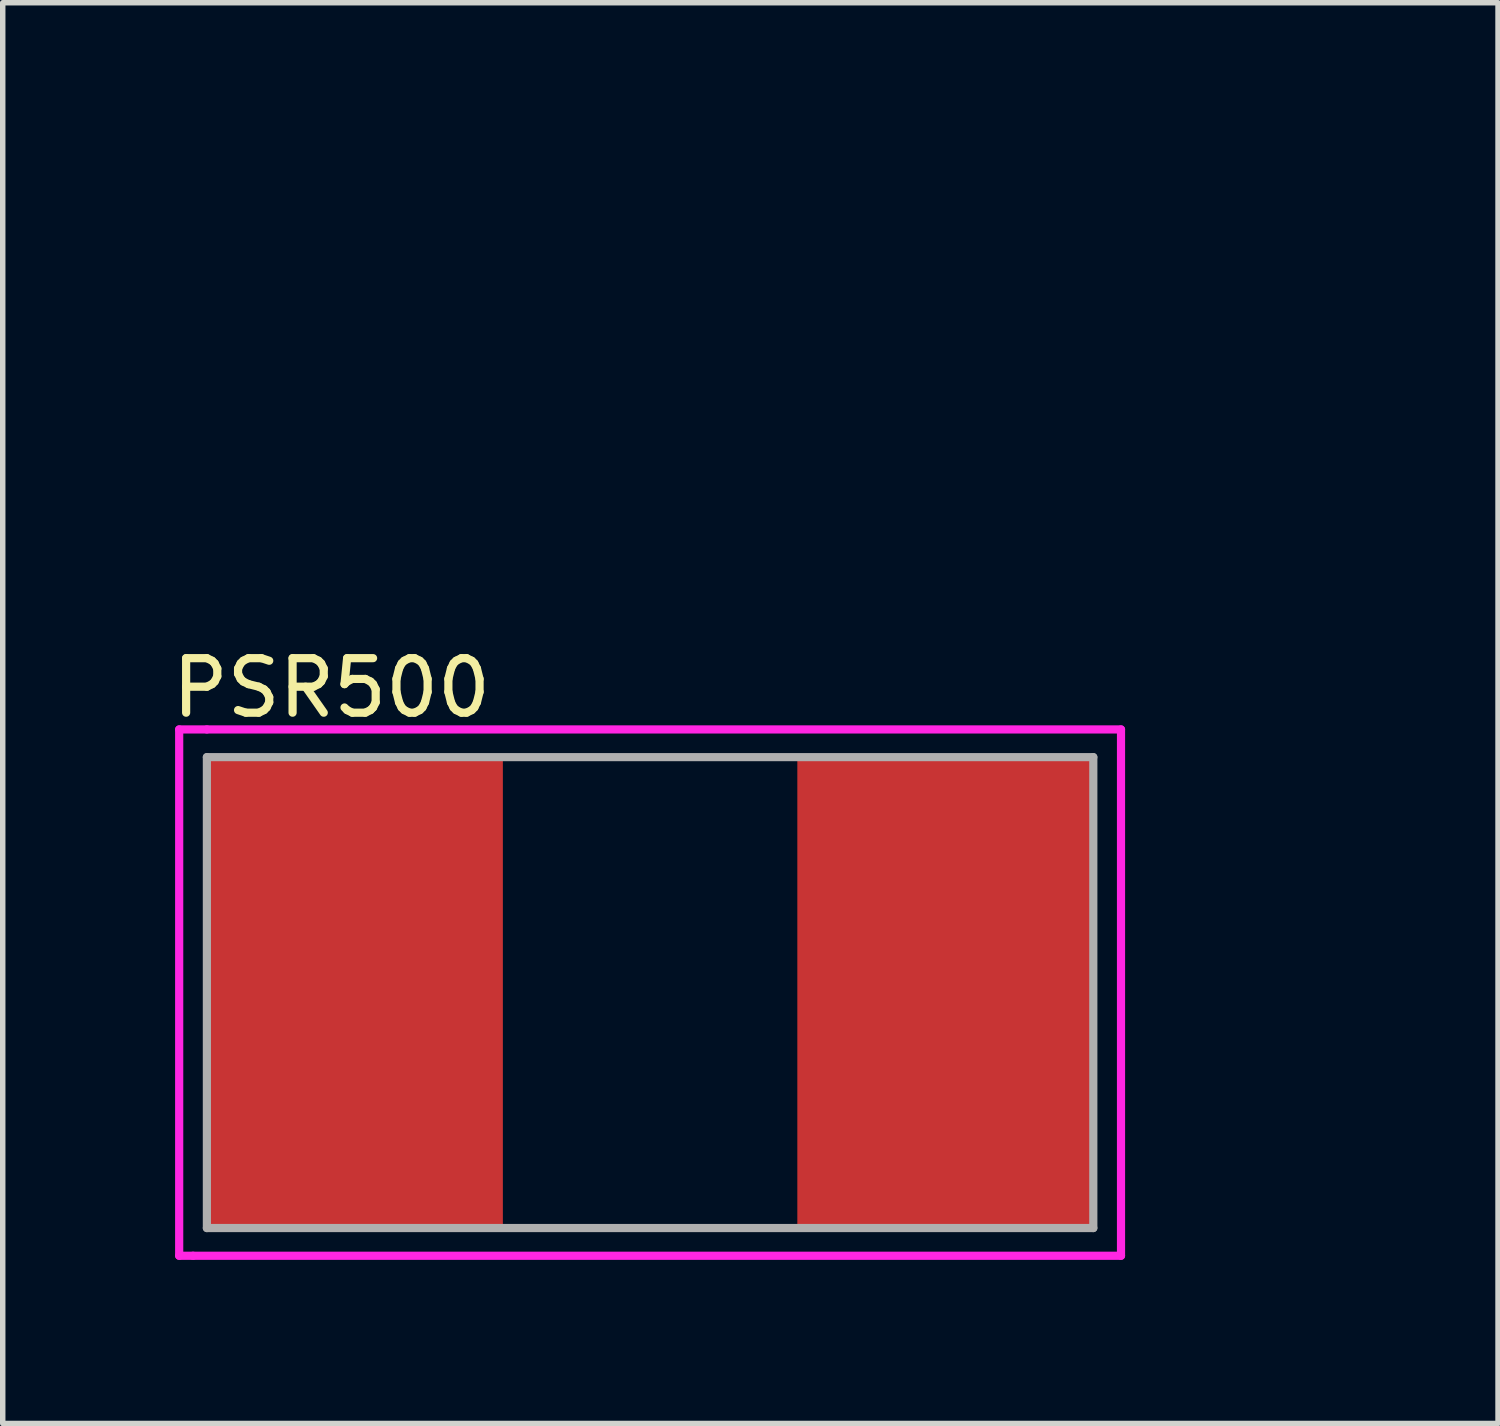
<source format=kicad_pcb>
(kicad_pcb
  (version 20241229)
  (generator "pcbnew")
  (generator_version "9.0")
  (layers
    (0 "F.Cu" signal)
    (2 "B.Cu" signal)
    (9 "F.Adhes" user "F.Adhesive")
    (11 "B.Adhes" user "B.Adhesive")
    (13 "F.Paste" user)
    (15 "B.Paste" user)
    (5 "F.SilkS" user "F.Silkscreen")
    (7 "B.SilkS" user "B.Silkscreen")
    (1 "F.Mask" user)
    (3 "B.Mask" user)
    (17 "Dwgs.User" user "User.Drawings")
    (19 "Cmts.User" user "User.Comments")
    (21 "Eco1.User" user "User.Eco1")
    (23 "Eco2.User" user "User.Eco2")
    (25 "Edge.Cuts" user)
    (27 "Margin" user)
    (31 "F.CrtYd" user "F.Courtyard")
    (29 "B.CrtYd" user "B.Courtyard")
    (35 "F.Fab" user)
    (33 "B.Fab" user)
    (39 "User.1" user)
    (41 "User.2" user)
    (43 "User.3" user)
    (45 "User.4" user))
  (footprint "PSR500"
    (layer "F.Cu")
    (at 8.872 15.128)
    (property "Reference" "PSR500" (at -5.842 -5.563 0) (layer "F.SilkS") (effects (font (size 1 1) (thickness 0.15))))
    (attr through_hole)
    (fp_line (start -0.381 -9.055) (end -0.318 -9.055) (stroke (width 0.15) (type solid)) (layer "F.Paste"))
    (fp_line (start -0.381 1) (end 10.668 -8.928) (stroke (width 0.15) (type solid)) (layer "F.Paste"))
    (fp_line (start 1.587 -10.262) (end 1.968 -9.817) (stroke (width 0.15) (type solid)) (layer "F.Paste"))
    (fp_line (start 1.778 -9.69) (end 7.303 -9.563) (stroke (width 0.15) (type solid)) (layer "F.Paste"))
    (fp_line (start 1.905 -9.563) (end 1.587 -10.262) (stroke (width 0.15) (type solid)) (layer "F.Paste"))
    (fp_line (start 1.968 -9.817) (end 2.286 -9.69) (stroke (width 0.15) (type solid)) (layer "F.Paste"))
    (fp_line (start 2.286 -9.69) (end 1.778 -9.69) (stroke (width 0.15) (type solid)) (layer "F.Paste"))
    (fp_line (start 7.303 -9.563) (end 7.366 -9.563) (stroke (width 0.15) (type solid)) (layer "F.Paste"))
    (fp_line (start 10.668 -8.928) (end 8.445 -2.642) (stroke (width 0.15) (type solid)) (layer "F.Paste"))
    (fp_circle (center 9.97 -12.548) (end 12.446 -12.929) (stroke (width 0.15) (type solid)) (fill no) (layer "F.Paste"))
    (fp_line (start -8.636 -4.801) (end -8.128 -4.801) (stroke (width 0.15) (type solid)) (layer "F.CrtYd"))
    (fp_line (start -8.636 4.851) (end -8.636 -4.801) (stroke (width 0.15) (type solid)) (layer "F.CrtYd"))
    (fp_line (start -8.382 4.851) (end -8.636 4.851) (stroke (width 0.15) (type solid)) (layer "F.CrtYd"))
    (fp_line (start -8.128 -4.801) (end 8.636 -4.801) (stroke (width 0.15) (type solid)) (layer "F.CrtYd"))
    (fp_line (start 8.636 -4.801) (end 8.636 4.851) (stroke (width 0.15) (type solid)) (layer "F.CrtYd"))
    (fp_line (start 8.636 4.851) (end -8.382 4.851) (stroke (width 0.15) (type solid)) (layer "F.CrtYd"))
    (fp_line (start -8.128 -4.293) (end 8.128 -4.293) (stroke (width 0.15) (type solid)) (layer "F.Fab"))
    (fp_line (start -8.128 4.343) (end -8.128 -4.293) (stroke (width 0.15) (type solid)) (layer "F.Fab"))
    (fp_line (start 8.128 -4.293) (end 8.128 4.343) (stroke (width 0.15) (type solid)) (layer "F.Fab"))
    (fp_line (start 8.128 4.343) (end -8.128 4.343) (stroke (width 0.15) (type solid)) (layer "F.Fab"))
    (pad "" smd rect (at -5.4 -2.007) (size 4.8 3.8) (layers "F.Paste"))
    (pad "" smd rect (at -5.4 2.057) (size 4.8 3.8) (layers "F.Paste"))
    (pad "" smd rect (at 5.4 -2.007) (size 4.8 3.8) (layers "F.Paste"))
    (pad "" smd rect (at 5.4 2.057) (size 4.8 3.8) (layers "F.Paste"))
    (pad "1" smd rect (at -5.4 0.025) (size 5.4 8.75) (layers "F.Cu" "F.Mask"))
    (pad "2" smd rect (at -3.048 0.025) (size 0.5 0.5) (layers "F.Cu" "F.Mask"))
    (pad "3" smd rect (at 5.4 0.025) (size 5.4 8.75) (layers "F.Cu" "F.Mask"))
    (pad "4" smd rect (at 3.048 0.025) (size 0.5 0.5) (layers "F.Cu" "F.Mask")))
  (gr_rect
    (start -3 -3)
    (end 24.422 23.055)
    (stroke (width 0.1) (type default))
    (fill no)
    (layer "Edge.Cuts")))
</source>
